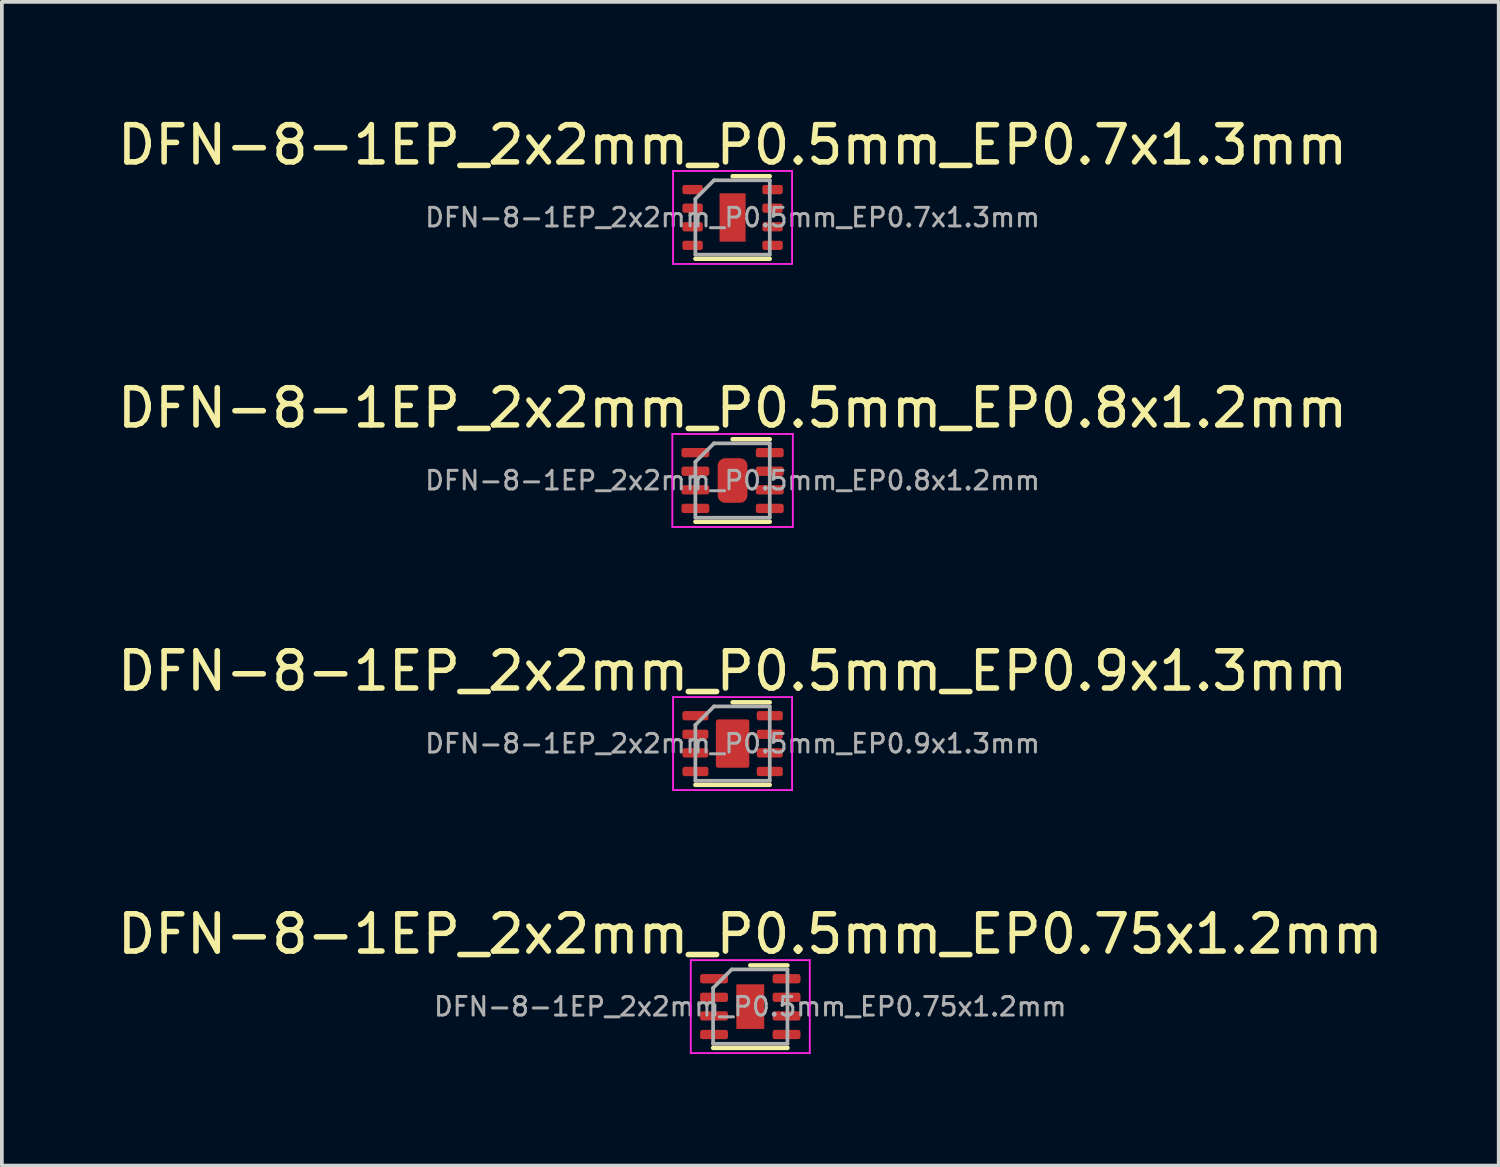
<source format=kicad_pcb>
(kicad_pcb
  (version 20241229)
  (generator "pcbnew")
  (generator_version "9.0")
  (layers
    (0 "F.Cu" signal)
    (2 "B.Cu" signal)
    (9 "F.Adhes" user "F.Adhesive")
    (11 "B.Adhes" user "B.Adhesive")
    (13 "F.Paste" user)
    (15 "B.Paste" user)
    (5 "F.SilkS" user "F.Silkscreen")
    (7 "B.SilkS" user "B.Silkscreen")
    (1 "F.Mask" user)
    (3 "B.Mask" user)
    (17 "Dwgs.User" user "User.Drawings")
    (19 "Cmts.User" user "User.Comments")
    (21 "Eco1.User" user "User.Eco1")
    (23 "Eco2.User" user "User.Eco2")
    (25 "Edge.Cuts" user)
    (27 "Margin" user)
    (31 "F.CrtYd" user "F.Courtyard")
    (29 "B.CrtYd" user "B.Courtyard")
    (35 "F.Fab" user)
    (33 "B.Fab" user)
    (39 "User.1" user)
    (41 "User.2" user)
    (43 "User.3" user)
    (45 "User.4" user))
  (footprint "DFN-8-1EP_2x2mm_P0.5mm_EP0.8x1.2mm"
    (layer "F.Cu")
    (at 16.649 9.871)
    (property "Reference" "DFN-8-1EP_2x2mm_P0.5mm_EP0.8x1.2mm" (at 0 -1.95 0) (layer "F.SilkS") (effects (font (size 1 1) (thickness 0.15))))
    (attr smd)
    (fp_line (start -1 1.11) (end 1 1.11) (stroke (width 0.12) (type solid)) (layer "F.SilkS"))
    (fp_line (start 0 -1.11) (end 1 -1.11) (stroke (width 0.12) (type solid)) (layer "F.SilkS"))
    (fp_line (start -1.62 -1.25) (end -1.62 1.25) (stroke (width 0.05) (type solid)) (layer "F.CrtYd"))
    (fp_line (start -1.62 1.25) (end 1.62 1.25) (stroke (width 0.05) (type solid)) (layer "F.CrtYd"))
    (fp_line (start 1.62 -1.25) (end -1.62 -1.25) (stroke (width 0.05) (type solid)) (layer "F.CrtYd"))
    (fp_line (start 1.62 1.25) (end 1.62 -1.25) (stroke (width 0.05) (type solid)) (layer "F.CrtYd"))
    (fp_line (start -1 -0.5) (end -0.5 -1) (stroke (width 0.1) (type solid)) (layer "F.Fab"))
    (fp_line (start -1 1) (end -1 -0.5) (stroke (width 0.1) (type solid)) (layer "F.Fab"))
    (fp_line (start -0.5 -1) (end 1 -1) (stroke (width 0.1) (type solid)) (layer "F.Fab"))
    (fp_line (start 1 -1) (end 1 1) (stroke (width 0.1) (type solid)) (layer "F.Fab"))
    (fp_line (start 1 1) (end -1 1) (stroke (width 0.1) (type solid)) (layer "F.Fab"))
    (fp_text user "${REFERENCE}" (at 0 0 0) (layer "F.Fab") (effects (font (size 0.5 0.5) (thickness 0.08))))
    (pad "" smd roundrect (at -0.2 -0.3) (size 0.32 0.48) (layers "F.Paste") (roundrect_rratio 0.25))
    (pad "" smd roundrect (at -0.2 0.3) (size 0.32 0.48) (layers "F.Paste") (roundrect_rratio 0.25))
    (pad "" smd roundrect (at 0.2 -0.3) (size 0.32 0.48) (layers "F.Paste") (roundrect_rratio 0.25))
    (pad "" smd roundrect (at 0.2 0.3) (size 0.32 0.48) (layers "F.Paste") (roundrect_rratio 0.25))
    (pad "1" smd roundrect (at -1 -0.75) (size 0.75 0.25) (layers "F.Cu" "F.Mask" "F.Paste") (roundrect_rratio 0.25))
    (pad "2" smd roundrect (at -1 -0.25) (size 0.75 0.25) (layers "F.Cu" "F.Mask" "F.Paste") (roundrect_rratio 0.25))
    (pad "3" smd roundrect (at -1 0.25) (size 0.75 0.25) (layers "F.Cu" "F.Mask" "F.Paste") (roundrect_rratio 0.25))
    (pad "4" smd roundrect (at -1 0.75) (size 0.75 0.25) (layers "F.Cu" "F.Mask" "F.Paste") (roundrect_rratio 0.25))
    (pad "5" smd roundrect (at 1 0.75) (size 0.75 0.25) (layers "F.Cu" "F.Mask" "F.Paste") (roundrect_rratio 0.25))
    (pad "6" smd roundrect (at 1 0.25) (size 0.75 0.25) (layers "F.Cu" "F.Mask" "F.Paste") (roundrect_rratio 0.25))
    (pad "7" smd roundrect (at 1 -0.25) (size 0.75 0.25) (layers "F.Cu" "F.Mask" "F.Paste") (roundrect_rratio 0.25))
    (pad "8" smd roundrect (at 1 -0.75) (size 0.75 0.25) (layers "F.Cu" "F.Mask" "F.Paste") (roundrect_rratio 0.25))
    (pad "9" smd roundrect (at 0 0) (size 0.8 1.2) (layers "F.Cu" "F.Mask") (roundrect_rratio 0.25)))
  (footprint "DFN-8-1EP_2x2mm_P0.5mm_EP0.7x1.3mm"
    (layer "F.Cu")
    (at 16.649 2.798)
    (property "Reference" "DFN-8-1EP_2x2mm_P0.5mm_EP0.7x1.3mm" (at 0 -1.95 0) (layer "F.SilkS") (effects (font (size 1 1) (thickness 0.15))))
    (attr smd)
    (fp_line (start -1 1.11) (end 1 1.11) (stroke (width 0.12) (type solid)) (layer "F.SilkS"))
    (fp_line (start 0 -1.11) (end 1 -1.11) (stroke (width 0.12) (type solid)) (layer "F.SilkS"))
    (fp_line (start -1.6 -1.25) (end -1.6 1.25) (stroke (width 0.05) (type solid)) (layer "F.CrtYd"))
    (fp_line (start -1.6 1.25) (end 1.6 1.25) (stroke (width 0.05) (type solid)) (layer "F.CrtYd"))
    (fp_line (start 1.6 -1.25) (end -1.6 -1.25) (stroke (width 0.05) (type solid)) (layer "F.CrtYd"))
    (fp_line (start 1.6 1.25) (end 1.6 -1.25) (stroke (width 0.05) (type solid)) (layer "F.CrtYd"))
    (fp_line (start -1 -0.5) (end -0.5 -1) (stroke (width 0.1) (type solid)) (layer "F.Fab"))
    (fp_line (start -1 1) (end -1 -0.5) (stroke (width 0.1) (type solid)) (layer "F.Fab"))
    (fp_line (start -0.5 -1) (end 1 -1) (stroke (width 0.1) (type solid)) (layer "F.Fab"))
    (fp_line (start 1 -1) (end 1 1) (stroke (width 0.1) (type solid)) (layer "F.Fab"))
    (fp_line (start 1 1) (end -1 1) (stroke (width 0.1) (type solid)) (layer "F.Fab"))
    (fp_text user "${REFERENCE}" (at 0 0 0) (layer "F.Fab") (effects (font (size 0.5 0.5) (thickness 0.08))))
    (pad "" smd roundrect (at -0.175 -0.325) (size 0.28 0.52) (layers "F.Paste") (roundrect_rratio 0.25))
    (pad "" smd roundrect (at -0.175 0.325) (size 0.28 0.52) (layers "F.Paste") (roundrect_rratio 0.25))
    (pad "" smd roundrect (at 0.175 -0.325) (size 0.28 0.52) (layers "F.Paste") (roundrect_rratio 0.25))
    (pad "" smd roundrect (at 0.175 0.325) (size 0.28 0.52) (layers "F.Paste") (roundrect_rratio 0.25))
    (pad "1" smd roundrect (at -1.075 -0.75) (size 0.55 0.25) (layers "F.Cu" "F.Mask" "F.Paste") (roundrect_rratio 0.25))
    (pad "2" smd roundrect (at -1.075 -0.25) (size 0.55 0.25) (layers "F.Cu" "F.Mask" "F.Paste") (roundrect_rratio 0.25))
    (pad "3" smd roundrect (at -1.075 0.25) (size 0.55 0.25) (layers "F.Cu" "F.Mask" "F.Paste") (roundrect_rratio 0.25))
    (pad "4" smd roundrect (at -1.075 0.75) (size 0.55 0.25) (layers "F.Cu" "F.Mask" "F.Paste") (roundrect_rratio 0.25))
    (pad "5" smd roundrect (at 1.075 0.75) (size 0.55 0.25) (layers "F.Cu" "F.Mask" "F.Paste") (roundrect_rratio 0.25))
    (pad "6" smd roundrect (at 1.075 0.25) (size 0.55 0.25) (layers "F.Cu" "F.Mask" "F.Paste") (roundrect_rratio 0.25))
    (pad "7" smd roundrect (at 1.075 -0.25) (size 0.55 0.25) (layers "F.Cu" "F.Mask" "F.Paste") (roundrect_rratio 0.25))
    (pad "8" smd roundrect (at 1.075 -0.75) (size 0.55 0.25) (layers "F.Cu" "F.Mask" "F.Paste") (roundrect_rratio 0.25))
    (pad "9" smd rect (at 0 0) (size 0.7 1.3) (layers "F.Cu" "F.Mask")))
  (footprint "DFN-8-1EP_2x2mm_P0.5mm_EP0.9x1.3mm"
    (layer "F.Cu")
    (at 16.649 16.945)
    (property "Reference" "DFN-8-1EP_2x2mm_P0.5mm_EP0.9x1.3mm" (at 0 -1.95 0) (layer "F.SilkS") (effects (font (size 1 1) (thickness 0.15))))
    (attr smd)
    (fp_line (start -1 1.11) (end 1 1.11) (stroke (width 0.12) (type solid)) (layer "F.SilkS"))
    (fp_line (start 0 -1.11) (end 1 -1.11) (stroke (width 0.12) (type solid)) (layer "F.SilkS"))
    (fp_line (start -1.6 -1.25) (end -1.6 1.25) (stroke (width 0.05) (type solid)) (layer "F.CrtYd"))
    (fp_line (start -1.6 1.25) (end 1.6 1.25) (stroke (width 0.05) (type solid)) (layer "F.CrtYd"))
    (fp_line (start 1.6 -1.25) (end -1.6 -1.25) (stroke (width 0.05) (type solid)) (layer "F.CrtYd"))
    (fp_line (start 1.6 1.25) (end 1.6 -1.25) (stroke (width 0.05) (type solid)) (layer "F.CrtYd"))
    (fp_line (start -1 -0.5) (end -0.5 -1) (stroke (width 0.1) (type solid)) (layer "F.Fab"))
    (fp_line (start -1 1) (end -1 -0.5) (stroke (width 0.1) (type solid)) (layer "F.Fab"))
    (fp_line (start -0.5 -1) (end 1 -1) (stroke (width 0.1) (type solid)) (layer "F.Fab"))
    (fp_line (start 1 -1) (end 1 1) (stroke (width 0.1) (type solid)) (layer "F.Fab"))
    (fp_line (start 1 1) (end -1 1) (stroke (width 0.1) (type solid)) (layer "F.Fab"))
    (fp_text user "${REFERENCE}" (at 0 0 0) (layer "F.Fab") (effects (font (size 0.5 0.5) (thickness 0.08))))
    (pad "" smd roundrect (at -0.225 -0.325) (size 0.36 0.52) (layers "F.Paste") (roundrect_rratio 0.25))
    (pad "" smd roundrect (at -0.225 0.325) (size 0.36 0.52) (layers "F.Paste") (roundrect_rratio 0.25))
    (pad "" smd roundrect (at 0.225 -0.325) (size 0.36 0.52) (layers "F.Paste") (roundrect_rratio 0.25))
    (pad "" smd roundrect (at 0.225 0.325) (size 0.36 0.52) (layers "F.Paste") (roundrect_rratio 0.25))
    (pad "1" smd roundrect (at -1 -0.75) (size 0.7 0.25) (layers "F.Cu" "F.Mask" "F.Paste") (roundrect_rratio 0.25))
    (pad "2" smd roundrect (at -1 -0.25) (size 0.7 0.25) (layers "F.Cu" "F.Mask" "F.Paste") (roundrect_rratio 0.25))
    (pad "3" smd roundrect (at -1 0.25) (size 0.7 0.25) (layers "F.Cu" "F.Mask" "F.Paste") (roundrect_rratio 0.25))
    (pad "4" smd roundrect (at -1 0.75) (size 0.7 0.25) (layers "F.Cu" "F.Mask" "F.Paste") (roundrect_rratio 0.25))
    (pad "5" smd roundrect (at 1 0.75) (size 0.7 0.25) (layers "F.Cu" "F.Mask" "F.Paste") (roundrect_rratio 0.25))
    (pad "6" smd roundrect (at 1 0.25) (size 0.7 0.25) (layers "F.Cu" "F.Mask" "F.Paste") (roundrect_rratio 0.25))
    (pad "7" smd roundrect (at 1 -0.25) (size 0.7 0.25) (layers "F.Cu" "F.Mask" "F.Paste") (roundrect_rratio 0.25))
    (pad "8" smd roundrect (at 1 -0.75) (size 0.7 0.25) (layers "F.Cu" "F.Mask" "F.Paste") (roundrect_rratio 0.25))
    (pad "9" smd roundrect (at 0 0) (size 0.9 1.3) (layers "F.Cu" "F.Mask") (roundrect_rratio 0.069)))
  (footprint "DFN-8-1EP_2x2mm_P0.5mm_EP0.75x1.2mm"
    (layer "F.Cu")
    (at 17.125 24.018)
    (property "Reference" "DFN-8-1EP_2x2mm_P0.5mm_EP0.75x1.2mm" (at 0 -1.95 0) (layer "F.SilkS") (effects (font (size 1 1) (thickness 0.15))))
    (attr smd)
    (fp_line (start -1 1.11) (end 1 1.11) (stroke (width 0.12) (type solid)) (layer "F.SilkS"))
    (fp_line (start 0 -1.11) (end 1 -1.11) (stroke (width 0.12) (type solid)) (layer "F.SilkS"))
    (fp_line (start -1.6 -1.25) (end -1.6 1.25) (stroke (width 0.05) (type solid)) (layer "F.CrtYd"))
    (fp_line (start -1.6 1.25) (end 1.6 1.25) (stroke (width 0.05) (type solid)) (layer "F.CrtYd"))
    (fp_line (start 1.6 -1.25) (end -1.6 -1.25) (stroke (width 0.05) (type solid)) (layer "F.CrtYd"))
    (fp_line (start 1.6 1.25) (end 1.6 -1.25) (stroke (width 0.05) (type solid)) (layer "F.CrtYd"))
    (fp_line (start -1 -0.5) (end -0.5 -1) (stroke (width 0.1) (type solid)) (layer "F.Fab"))
    (fp_line (start -1 1) (end -1 -0.5) (stroke (width 0.1) (type solid)) (layer "F.Fab"))
    (fp_line (start -0.5 -1) (end 1 -1) (stroke (width 0.1) (type solid)) (layer "F.Fab"))
    (fp_line (start 1 -1) (end 1 1) (stroke (width 0.1) (type solid)) (layer "F.Fab"))
    (fp_line (start 1 1) (end -1 1) (stroke (width 0.1) (type solid)) (layer "F.Fab"))
    (fp_text user "${REFERENCE}" (at 0 0 0) (layer "F.Fab") (effects (font (size 0.5 0.5) (thickness 0.08))))
    (pad "" smd roundrect (at 0 -0.3) (size 0.6 0.48) (layers "F.Paste") (roundrect_rratio 0.25))
    (pad "" smd roundrect (at 0 0.3) (size 0.6 0.48) (layers "F.Paste") (roundrect_rratio 0.25))
    (pad "1" smd roundrect (at -0.975 -0.75) (size 0.75 0.25) (layers "F.Cu" "F.Mask" "F.Paste") (roundrect_rratio 0.25))
    (pad "2" smd roundrect (at -0.975 -0.25) (size 0.75 0.25) (layers "F.Cu" "F.Mask" "F.Paste") (roundrect_rratio 0.25))
    (pad "3" smd roundrect (at -0.975 0.25) (size 0.75 0.25) (layers "F.Cu" "F.Mask" "F.Paste") (roundrect_rratio 0.25))
    (pad "4" smd roundrect (at -0.975 0.75) (size 0.75 0.25) (layers "F.Cu" "F.Mask" "F.Paste") (roundrect_rratio 0.25))
    (pad "5" smd roundrect (at 0.975 0.75) (size 0.75 0.25) (layers "F.Cu" "F.Mask" "F.Paste") (roundrect_rratio 0.25))
    (pad "6" smd roundrect (at 0.975 0.25) (size 0.75 0.25) (layers "F.Cu" "F.Mask" "F.Paste") (roundrect_rratio 0.25))
    (pad "7" smd roundrect (at 0.975 -0.25) (size 0.75 0.25) (layers "F.Cu" "F.Mask" "F.Paste") (roundrect_rratio 0.25))
    (pad "8" smd roundrect (at 0.975 -0.75) (size 0.75 0.25) (layers "F.Cu" "F.Mask" "F.Paste") (roundrect_rratio 0.25))
    (pad "9" smd rect (at 0 0) (size 0.75 1.2) (layers "F.Cu" "F.Mask")))
  (gr_rect
    (start -3 -3)
    (end 37.25 28.293)
    (stroke (width 0.1) (type default))
    (fill no)
    (layer "Edge.Cuts")))
</source>
